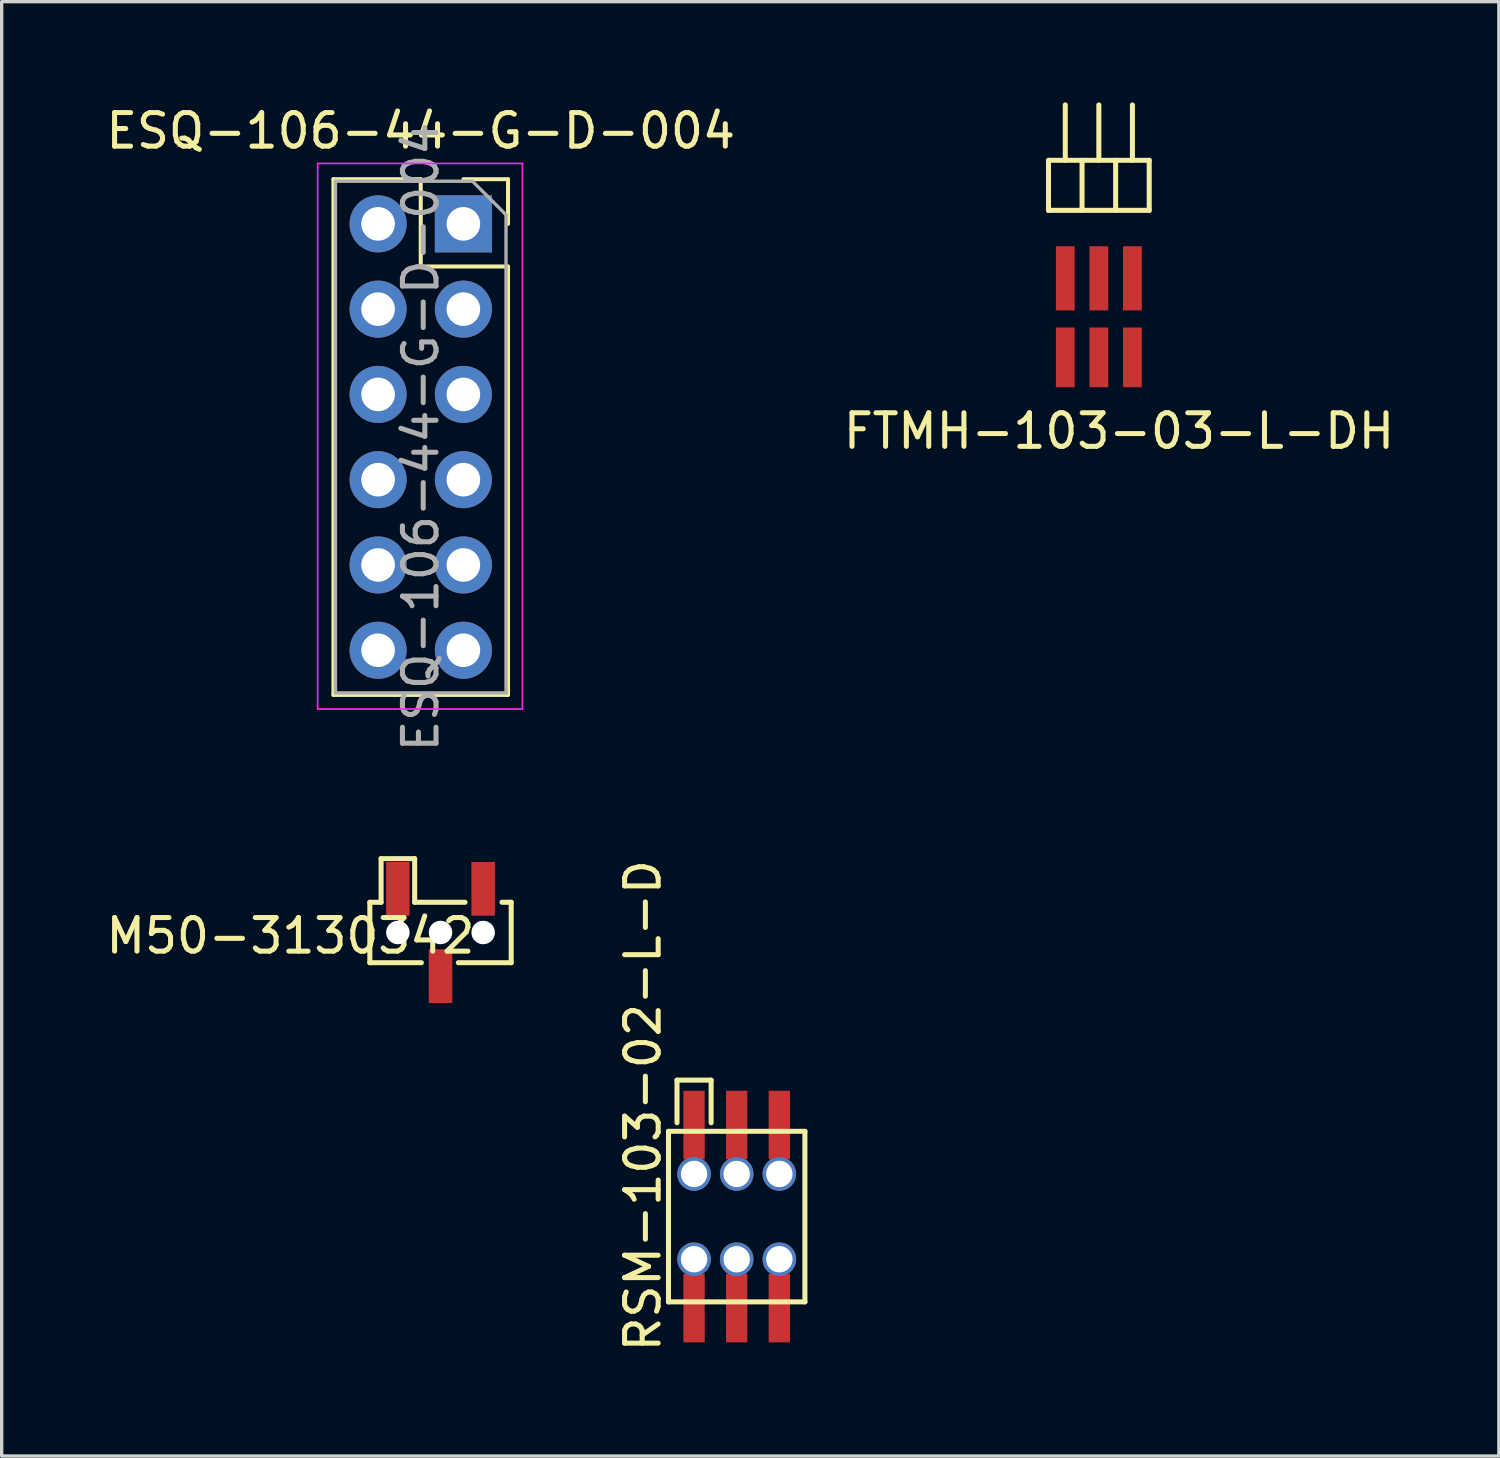
<source format=kicad_pcb>
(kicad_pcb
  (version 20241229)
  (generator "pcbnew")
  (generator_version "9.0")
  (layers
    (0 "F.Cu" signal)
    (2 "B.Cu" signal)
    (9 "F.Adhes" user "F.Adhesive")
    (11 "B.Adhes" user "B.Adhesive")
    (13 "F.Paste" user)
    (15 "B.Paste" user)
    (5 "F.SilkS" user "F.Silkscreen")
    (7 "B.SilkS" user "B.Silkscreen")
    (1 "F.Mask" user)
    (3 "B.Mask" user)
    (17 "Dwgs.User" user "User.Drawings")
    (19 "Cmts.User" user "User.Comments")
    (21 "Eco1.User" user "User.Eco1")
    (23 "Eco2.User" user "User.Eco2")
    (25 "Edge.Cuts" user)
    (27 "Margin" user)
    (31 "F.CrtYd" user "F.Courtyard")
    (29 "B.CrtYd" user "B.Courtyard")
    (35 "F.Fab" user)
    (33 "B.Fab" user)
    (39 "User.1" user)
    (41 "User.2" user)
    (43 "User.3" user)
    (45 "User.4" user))
  (footprint "ESQ-106-44-G-D-004"
    (layer "F.Cu")
    (at 10.752 3.618)
    (property "Reference" "ESQ-106-44-G-D-004" (at -1.27 -2.77 0) (layer "F.SilkS") (effects (font (size 1 1) (thickness 0.15))))
    (attr through_hole)
    (fp_line (start -3.87 -1.33) (end -3.87 14.03) (stroke (width 0.12) (type solid)) (layer "F.SilkS"))
    (fp_line (start -3.87 -1.33) (end -1.27 -1.33) (stroke (width 0.12) (type solid)) (layer "F.SilkS"))
    (fp_line (start -3.87 14.03) (end 1.33 14.03) (stroke (width 0.12) (type solid)) (layer "F.SilkS"))
    (fp_line (start -1.27 -1.33) (end -1.27 1.27) (stroke (width 0.12) (type solid)) (layer "F.SilkS"))
    (fp_line (start -1.27 1.27) (end 1.33 1.27) (stroke (width 0.12) (type solid)) (layer "F.SilkS"))
    (fp_line (start 0 -1.33) (end 1.33 -1.33) (stroke (width 0.12) (type solid)) (layer "F.SilkS"))
    (fp_line (start 1.33 -1.33) (end 1.33 0) (stroke (width 0.12) (type solid)) (layer "F.SilkS"))
    (fp_line (start 1.33 1.27) (end 1.33 14.03) (stroke (width 0.12) (type solid)) (layer "F.SilkS"))
    (fp_line (start -4.34 -1.8) (end 1.76 -1.8) (stroke (width 0.05) (type solid)) (layer "F.CrtYd"))
    (fp_line (start -4.34 14.45) (end -4.34 -1.8) (stroke (width 0.05) (type solid)) (layer "F.CrtYd"))
    (fp_line (start 1.76 -1.8) (end 1.76 14.45) (stroke (width 0.05) (type solid)) (layer "F.CrtYd"))
    (fp_line (start 1.76 14.45) (end -4.34 14.45) (stroke (width 0.05) (type solid)) (layer "F.CrtYd"))
    (fp_line (start -3.81 -1.27) (end 0.27 -1.27) (stroke (width 0.1) (type solid)) (layer "F.Fab"))
    (fp_line (start -3.81 13.97) (end -3.81 -1.27) (stroke (width 0.1) (type solid)) (layer "F.Fab"))
    (fp_line (start 0.27 -1.27) (end 1.27 -0.27) (stroke (width 0.1) (type solid)) (layer "F.Fab"))
    (fp_line (start 1.27 -0.27) (end 1.27 13.97) (stroke (width 0.1) (type solid)) (layer "F.Fab"))
    (fp_line (start 1.27 13.97) (end -3.81 13.97) (stroke (width 0.1) (type solid)) (layer "F.Fab"))
    (fp_text user "${REFERENCE}" (at -1.27 6.35 90) (layer "F.Fab") (effects (font (size 1 1) (thickness 0.15))))
    (pad "1" thru_hole rect (at 0 0) (size 1.7 1.7) (drill 1) (layers "*.Cu" "*.Mask"))
    (pad "2" thru_hole oval (at -2.54 0) (size 1.7 1.7) (drill 1) (layers "*.Cu" "*.Mask"))
    (pad "3" thru_hole oval (at 0 2.54) (size 1.7 1.7) (drill 1) (layers "*.Cu" "*.Mask"))
    (pad "4" thru_hole oval (at -2.54 2.54) (size 1.7 1.7) (drill 1) (layers "*.Cu" "*.Mask"))
    (pad "5" thru_hole oval (at 0 5.08) (size 1.7 1.7) (drill 1) (layers "*.Cu" "*.Mask"))
    (pad "6" thru_hole oval (at -2.54 5.08) (size 1.7 1.7) (drill 1) (layers "*.Cu" "*.Mask"))
    (pad "7" thru_hole oval (at 0 7.62) (size 1.7 1.7) (drill 1) (layers "*.Cu" "*.Mask"))
    (pad "8" thru_hole oval (at -2.54 7.62) (size 1.7 1.7) (drill 1) (layers "*.Cu" "*.Mask"))
    (pad "9" thru_hole oval (at 0 10.16) (size 1.7 1.7) (drill 1) (layers "*.Cu" "*.Mask"))
    (pad "10" thru_hole oval (at -2.54 10.16) (size 1.7 1.7) (drill 1) (layers "*.Cu" "*.Mask"))
    (pad "11" thru_hole oval (at 0 12.7) (size 1.7 1.7) (drill 1) (layers "*.Cu" "*.Mask"))
    (pad "12" thru_hole oval (at -2.54 12.7) (size 1.7 1.7) (drill 1) (layers "*.Cu" "*.Mask")))
  (footprint "FTMH-103-03-L-DH"
    (layer "F.Cu")
    (at 28.68 5.24)
    (property "Reference" "FTMH-103-03-L-DH" (at 1.6 4.55 180) (layer "F.SilkS") (effects (font (size 1 1) (thickness 0.15))))
    (attr through_hole)
    (fp_line (start -0.5 -3.515) (end 2.5 -3.515) (stroke (width 0.15) (type solid)) (layer "F.SilkS"))
    (fp_line (start -0.5 -2.025) (end -0.5 -3.515) (stroke (width 0.15) (type solid)) (layer "F.SilkS"))
    (fp_line (start 0 -3.515) (end 0 -5.165) (stroke (width 0.15) (type solid)) (layer "F.SilkS"))
    (fp_line (start 0.5 -3.515) (end 0.5 -2.025) (stroke (width 0.15) (type solid)) (layer "F.SilkS"))
    (fp_line (start 1 -3.515) (end 1 -5.165) (stroke (width 0.15) (type solid)) (layer "F.SilkS"))
    (fp_line (start 1.5 -2.025) (end 1.5 -3.515) (stroke (width 0.15) (type solid)) (layer "F.SilkS"))
    (fp_line (start 2 -3.515) (end 2 -5.165) (stroke (width 0.15) (type solid)) (layer "F.SilkS"))
    (fp_line (start 2.5 -3.515) (end 2.5 -2.025) (stroke (width 0.15) (type solid)) (layer "F.SilkS"))
    (fp_line (start 2.5 -2.025) (end -0.5 -2.025) (stroke (width 0.15) (type solid)) (layer "F.SilkS"))
    (pad "1" smd rect (at 0 0) (size 0.56 1.91) (layers "F.Cu" "F.Mask" "F.Paste"))
    (pad "2" smd rect (at 0 2.355) (size 0.56 1.78) (layers "F.Cu" "F.Mask" "F.Paste"))
    (pad "3" smd rect (at 1 0) (size 0.56 1.91) (layers "F.Cu" "F.Mask" "F.Paste"))
    (pad "4" smd rect (at 1 2.355) (size 0.56 1.78) (layers "F.Cu" "F.Mask" "F.Paste"))
    (pad "5" smd rect (at 2 0) (size 0.56 1.91) (layers "F.Cu" "F.Mask" "F.Paste"))
    (pad "6" smd rect (at 2 2.355) (size 0.56 1.78) (layers "F.Cu" "F.Mask" "F.Paste")))
  (footprint "M50-3130342"
    (layer "F.Cu")
    (at 8.801 24.725)
    (property "Reference" "M50-3130342" (at -3.2 0.1 0) (layer "F.SilkS") (effects (font (size 1 1) (thickness 0.15))))
    (attr through_hole)
    (fp_line (start -0.835 -0.9) (end -0.835 0.9) (stroke (width 0.15) (type solid)) (layer "F.SilkS"))
    (fp_line (start -0.835 -0.9) (end -0.5 -0.9) (stroke (width 0.15) (type solid)) (layer "F.SilkS"))
    (fp_line (start -0.835 0.9) (end 0.7 0.9) (stroke (width 0.15) (type solid)) (layer "F.SilkS"))
    (fp_line (start -0.5 -2.2) (end 0.5 -2.2) (stroke (width 0.15) (type solid)) (layer "F.SilkS"))
    (fp_line (start -0.5 -0.9) (end -0.5 -2.2) (stroke (width 0.15) (type solid)) (layer "F.SilkS"))
    (fp_line (start 0.5 -2.2) (end 0.5 -0.9) (stroke (width 0.15) (type solid)) (layer "F.SilkS"))
    (fp_line (start 0.5 -0.9) (end 2 -0.9) (stroke (width 0.15) (type solid)) (layer "F.SilkS"))
    (fp_line (start 1.8 0.9) (end 3.375 0.9) (stroke (width 0.15) (type solid)) (layer "F.SilkS"))
    (fp_line (start 3.1 -0.9) (end 3.375 -0.9) (stroke (width 0.15) (type solid)) (layer "F.SilkS"))
    (fp_line (start 3.375 0.9) (end 3.375 -0.9) (stroke (width 0.15) (type solid)) (layer "F.SilkS"))
    (pad "" np_thru_hole circle (at 0 0) (size 0.7 0.7) (drill 0.7) (layers "*.Cu" "*.Mask"))
    (pad "" np_thru_hole circle (at 1.27 0) (size 0.7 0.7) (drill 0.7) (layers "*.Cu" "*.Mask"))
    (pad "" np_thru_hole circle (at 2.54 0) (size 0.7 0.7) (drill 0.7) (layers "*.Cu" "*.Mask"))
    (pad "1" smd rect (at 0 -1.3) (size 0.7 1.6) (layers "F.Cu" "F.Mask" "F.Paste"))
    (pad "2" smd rect (at 1.27 1.3) (size 0.7 1.6) (layers "F.Cu" "F.Mask" "F.Paste"))
    (pad "3" smd rect (at 2.54 -1.3) (size 0.7 1.6) (layers "F.Cu" "F.Mask" "F.Paste")))
  (footprint "RSM-103-02-L-D"
    (layer "F.Cu")
    (at 17.623 30.361)
    (property "Reference" "RSM-103-02-L-D" (at -1.524 -0.476 90) (layer "F.SilkS") (effects (font (size 1 1) (thickness 0.15))))
    (attr through_hole)
    (fp_line (start -0.762 0.286) (end -0.762 5.366) (stroke (width 0.15) (type solid)) (layer "F.SilkS"))
    (fp_line (start -0.762 0.286) (end 3.302 0.286) (stroke (width 0.15) (type solid)) (layer "F.SilkS"))
    (fp_line (start -0.762 5.366) (end 3.302 5.366) (stroke (width 0.15) (type solid)) (layer "F.SilkS"))
    (fp_line (start -0.508 -1.238) (end 0.508 -1.238) (stroke (width 0.15) (type solid)) (layer "F.SilkS"))
    (fp_line (start -0.508 0.032) (end -0.508 -1.238) (stroke (width 0.15) (type solid)) (layer "F.SilkS"))
    (fp_line (start 0.508 -1.238) (end 0.508 0.032) (stroke (width 0.15) (type solid)) (layer "F.SilkS"))
    (fp_line (start 3.302 5.366) (end 3.302 0.286) (stroke (width 0.15) (type solid)) (layer "F.SilkS"))
    (pad "1" smd rect (at 0 0.1) (size 0.635 2.042) (layers "F.Cu" "F.Mask" "F.Paste"))
    (pad "1" thru_hole circle (at 0 1.556) (size 1 1) (drill 0.787) (layers "*.Cu" "*.Mask"))
    (pad "2" thru_hole circle (at 0 4.096) (size 1 1) (drill 0.787) (layers "*.Cu" "*.Mask"))
    (pad "2" smd rect (at 0 5.551) (size 0.635 2.042) (layers "F.Cu" "F.Mask" "F.Paste"))
    (pad "3" smd rect (at 1.27 0.1) (size 0.635 2.042) (layers "F.Cu" "F.Mask" "F.Paste"))
    (pad "3" thru_hole circle (at 1.27 1.556) (size 1 1) (drill 0.787) (layers "*.Cu" "*.Mask"))
    (pad "4" thru_hole circle (at 1.27 4.096) (size 1 1) (drill 0.787) (layers "*.Cu" "*.Mask"))
    (pad "4" smd rect (at 1.27 5.551) (size 0.635 2.042) (layers "F.Cu" "F.Mask" "F.Paste"))
    (pad "5" smd rect (at 2.54 0.1) (size 0.635 2.042) (layers "F.Cu" "F.Mask" "F.Paste"))
    (pad "5" thru_hole circle (at 2.54 1.556) (size 1 1) (drill 0.787) (layers "*.Cu" "*.Mask"))
    (pad "6" thru_hole circle (at 2.54 4.096) (size 1 1) (drill 0.787) (layers "*.Cu" "*.Mask"))
    (pad "6" smd rect (at 2.54 5.551) (size 0.635 2.042) (layers "F.Cu" "F.Mask" "F.Paste")))
  (gr_rect
    (start -3 -3)
    (end 41.595 40.319)
    (stroke (width 0.1) (type default))
    (fill no)
    (layer "Edge.Cuts")))
</source>
